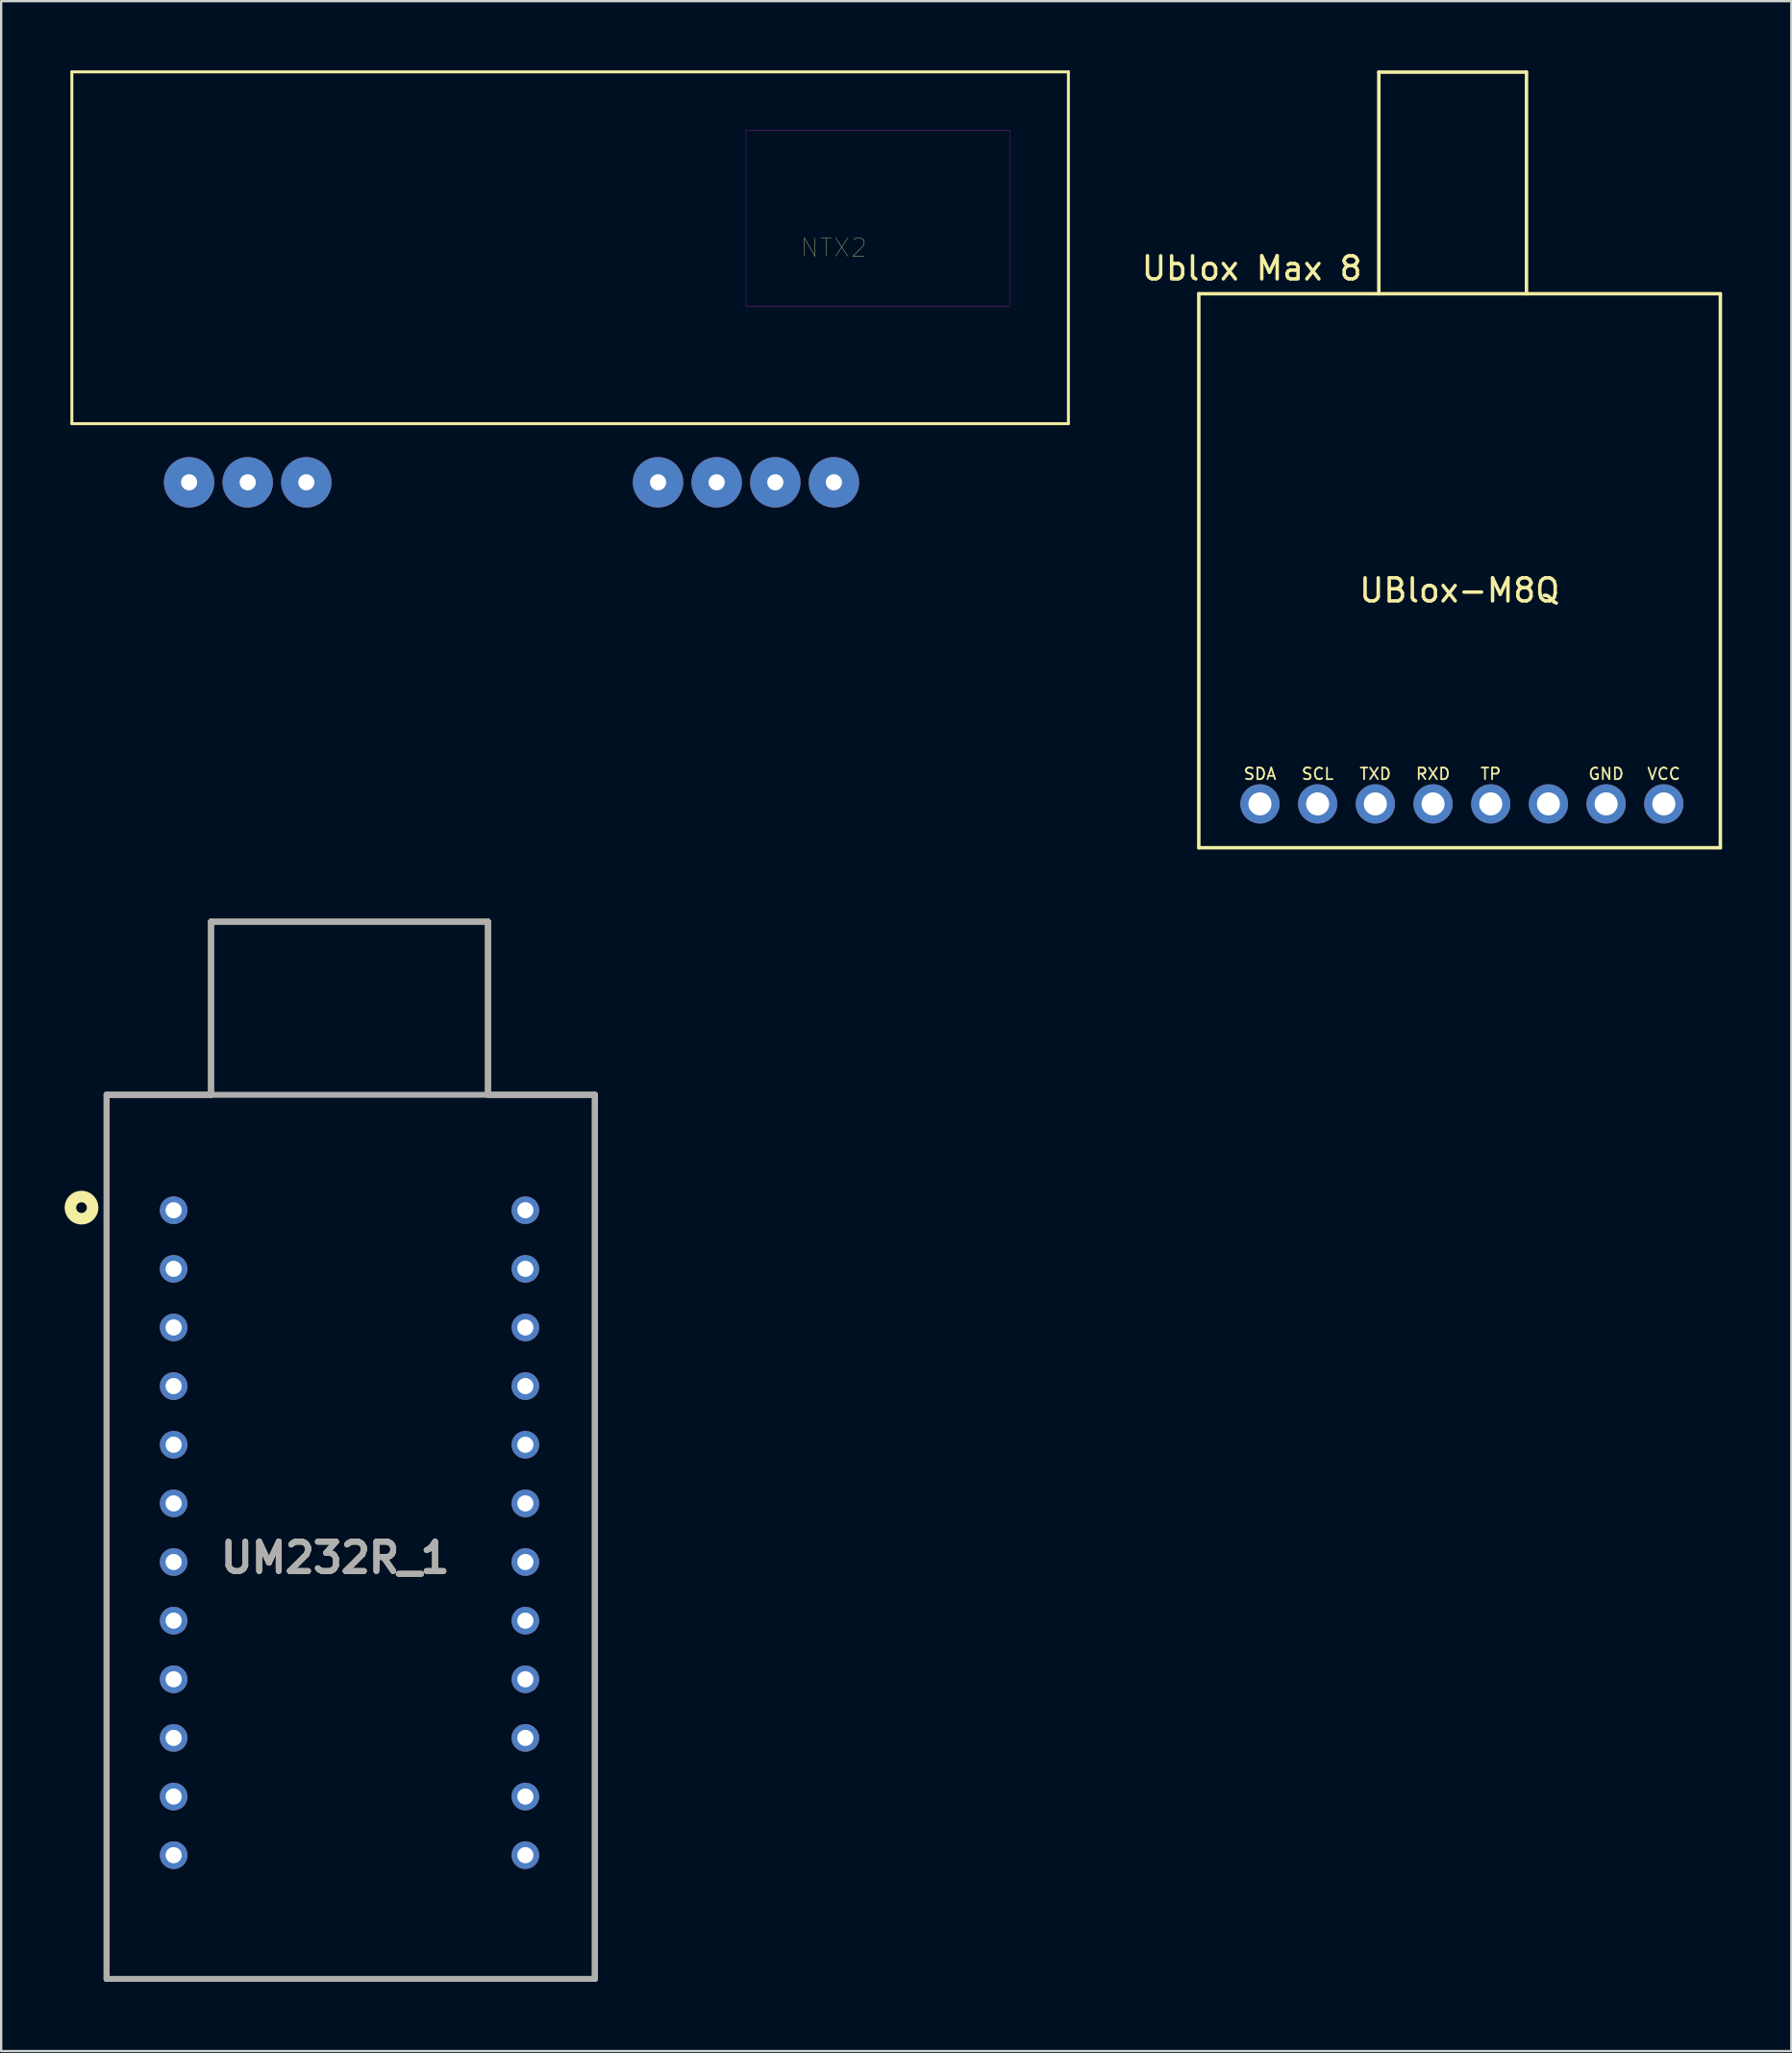
<source format=kicad_pcb>
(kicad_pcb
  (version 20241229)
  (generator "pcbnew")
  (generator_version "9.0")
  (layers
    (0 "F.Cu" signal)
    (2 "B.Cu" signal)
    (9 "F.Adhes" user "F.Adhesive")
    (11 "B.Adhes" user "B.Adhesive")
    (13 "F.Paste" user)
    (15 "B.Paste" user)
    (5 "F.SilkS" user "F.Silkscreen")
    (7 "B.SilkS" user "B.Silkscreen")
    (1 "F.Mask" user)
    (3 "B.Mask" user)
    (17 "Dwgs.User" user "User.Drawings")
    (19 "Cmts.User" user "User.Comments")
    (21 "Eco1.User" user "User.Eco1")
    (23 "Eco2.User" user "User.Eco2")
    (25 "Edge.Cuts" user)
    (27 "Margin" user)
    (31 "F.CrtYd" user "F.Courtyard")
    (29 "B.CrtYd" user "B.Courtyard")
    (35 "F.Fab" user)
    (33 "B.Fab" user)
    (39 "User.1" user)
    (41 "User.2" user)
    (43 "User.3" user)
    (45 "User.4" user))
  (footprint "NTX2"
    (layer "F.Cu")
    (at 33.084 7.684)
    (property "Reference" "NTX2" (at 0 0 0) (layer "F.SilkS") (effects (font (size 0.787 0.787) (thickness 0.015))))
    (attr through_hole)
    (fp_line (start -33.02 7.62) (end -33.02 -7.62) (stroke (width 0.127) (type solid)) (layer "F.SilkS"))
    (fp_line (start -33.02 7.62) (end 10.16 7.62) (stroke (width 0.127) (type solid)) (layer "F.SilkS"))
    (fp_line (start 10.16 -7.62) (end -33.02 -7.62) (stroke (width 0.127) (type solid)) (layer "F.SilkS"))
    (fp_line (start 10.16 -7.62) (end 10.16 7.62) (stroke (width 0.127) (type solid)) (layer "F.SilkS"))
    (fp_poly (pts (xy -3.81 -5.08) (xy 7.62 -5.08) (xy 7.62 2.54) (xy -3.81 2.54)) (stroke (width 0.01) (type solid)) (fill no) (layer "F.CrtYd"))
    (pad "1" thru_hole circle (at -27.94 10.16) (size 2.184 2.184) (drill 0.7) (layers "*.Cu" "*.Mask"))
    (pad "2" thru_hole circle (at -25.4 10.16) (size 2.184 2.184) (drill 0.7) (layers "*.Cu" "*.Mask"))
    (pad "3" thru_hole circle (at -22.86 10.16) (size 2.184 2.184) (drill 0.7) (layers "*.Cu" "*.Mask"))
    (pad "4" thru_hole circle (at -7.62 10.16) (size 2.184 2.184) (drill 0.7) (layers "*.Cu" "*.Mask"))
    (pad "5" thru_hole circle (at -5.08 10.16) (size 2.184 2.184) (drill 0.7) (layers "*.Cu" "*.Mask"))
    (pad "6" thru_hole circle (at -2.54 10.16) (size 2.184 2.184) (drill 0.7) (layers "*.Cu" "*.Mask"))
    (pad "7" thru_hole circle (at 0 10.16) (size 2.184 2.184) (drill 0.7) (layers "*.Cu" "*.Mask")))
  (footprint "UM232R_1"
    (layer "F.Cu")
    (at 12.094 44.377)
    (property "Reference" "UM232R_1" (at -0.617 20.055 0) (layer "F.SilkS") (effects (font (size 1.27 1.27) (thickness 0.254))))
    (attr through_hole)
    (fp_line (start -10.525 0) (end -6 0) (stroke (width 0.254) (type solid)) (layer "F.SilkS"))
    (fp_line (start -10.525 38.3) (end -10.525 0) (stroke (width 0.254) (type solid)) (layer "F.SilkS"))
    (fp_line (start -6 -7.5) (end 6 -7.5) (stroke (width 0.254) (type solid)) (layer "F.SilkS"))
    (fp_line (start -6 0) (end -6 -7.5) (stroke (width 0.254) (type solid)) (layer "F.SilkS"))
    (fp_line (start 6 -7.5) (end 6 0) (stroke (width 0.254) (type solid)) (layer "F.SilkS"))
    (fp_line (start 6 0) (end 10.632 0) (stroke (width 0.254) (type solid)) (layer "F.SilkS"))
    (fp_line (start 10.632 0) (end 10.632 38.3) (stroke (width 0.254) (type solid)) (layer "F.SilkS"))
    (fp_line (start 10.632 38.3) (end -10.525 38.3) (stroke (width 0.254) (type solid)) (layer "F.SilkS"))
    (fp_circle (center -11.612 4.888) (end -11.612 5.12) (stroke (width 0.5) (type solid)) (fill no) (layer "F.SilkS"))
    (fp_line (start -10.525 0) (end -10.525 38.3) (stroke (width 0.254) (type solid)) (layer "F.Fab"))
    (fp_line (start -10.525 38.3) (end 10.632 38.3) (stroke (width 0.254) (type solid)) (layer "F.Fab"))
    (fp_line (start -6 -7.5) (end 6 -7.5) (stroke (width 0.254) (type solid)) (layer "F.Fab"))
    (fp_line (start -6 0) (end -6 -7.5) (stroke (width 0.254) (type solid)) (layer "F.Fab"))
    (fp_line (start 6 -7.5) (end 6 0) (stroke (width 0.254) (type solid)) (layer "F.Fab"))
    (fp_line (start 10.632 0) (end -10.525 0) (stroke (width 0.254) (type solid)) (layer "F.Fab"))
    (fp_line (start 10.632 38.3) (end 10.632 0) (stroke (width 0.254) (type solid)) (layer "F.Fab"))
    (fp_text user "${REFERENCE}" (at -0.617 20.055 0) (layer "F.Fab") (effects (font (size 1.27 1.27) (thickness 0.254))))
    (pad "1" thru_hole circle (at -7.62 5) (size 1.2 1.2) (drill 0.7) (layers "*.Cu" "*.Mask"))
    (pad "2" thru_hole circle (at -7.62 7.54) (size 1.2 1.2) (drill 0.7) (layers "*.Cu" "*.Mask"))
    (pad "3" thru_hole circle (at -7.62 10.08) (size 1.2 1.2) (drill 0.7) (layers "*.Cu" "*.Mask"))
    (pad "4" thru_hole circle (at -7.62 12.62) (size 1.2 1.2) (drill 0.7) (layers "*.Cu" "*.Mask"))
    (pad "5" thru_hole circle (at -7.62 15.16) (size 1.2 1.2) (drill 0.7) (layers "*.Cu" "*.Mask"))
    (pad "6" thru_hole circle (at -7.62 17.7) (size 1.2 1.2) (drill 0.7) (layers "*.Cu" "*.Mask"))
    (pad "7" thru_hole circle (at -7.62 20.24) (size 1.2 1.2) (drill 0.7) (layers "*.Cu" "*.Mask"))
    (pad "8" thru_hole circle (at -7.62 22.78) (size 1.2 1.2) (drill 0.7) (layers "*.Cu" "*.Mask"))
    (pad "9" thru_hole circle (at -7.62 25.32) (size 1.2 1.2) (drill 0.7) (layers "*.Cu" "*.Mask"))
    (pad "10" thru_hole circle (at -7.62 27.86) (size 1.2 1.2) (drill 0.7) (layers "*.Cu" "*.Mask"))
    (pad "11" thru_hole circle (at -7.62 30.4) (size 1.2 1.2) (drill 0.7) (layers "*.Cu" "*.Mask"))
    (pad "12" thru_hole circle (at -7.62 32.94) (size 1.2 1.2) (drill 0.7) (layers "*.Cu" "*.Mask"))
    (pad "13" thru_hole circle (at 7.62 32.94) (size 1.2 1.2) (drill 0.7) (layers "*.Cu" "*.Mask"))
    (pad "14" thru_hole circle (at 7.62 30.4) (size 1.2 1.2) (drill 0.7) (layers "*.Cu" "*.Mask"))
    (pad "15" thru_hole circle (at 7.62 27.86) (size 1.2 1.2) (drill 0.7) (layers "*.Cu" "*.Mask"))
    (pad "16" thru_hole circle (at 7.62 25.32) (size 1.2 1.2) (drill 0.7) (layers "*.Cu" "*.Mask"))
    (pad "17" thru_hole circle (at 7.62 22.78) (size 1.2 1.2) (drill 0.7) (layers "*.Cu" "*.Mask"))
    (pad "18" thru_hole circle (at 7.62 20.24) (size 1.2 1.2) (drill 0.7) (layers "*.Cu" "*.Mask"))
    (pad "19" thru_hole circle (at 7.62 17.7) (size 1.2 1.2) (drill 0.7) (layers "*.Cu" "*.Mask"))
    (pad "20" thru_hole circle (at 7.62 15.16) (size 1.2 1.2) (drill 0.7) (layers "*.Cu" "*.Mask"))
    (pad "21" thru_hole circle (at 7.62 12.62) (size 1.2 1.2) (drill 0.7) (layers "*.Cu" "*.Mask"))
    (pad "22" thru_hole circle (at 7.62 10.08) (size 1.2 1.2) (drill 0.7) (layers "*.Cu" "*.Mask"))
    (pad "23" thru_hole circle (at 7.62 7.54) (size 1.2 1.2) (drill 0.7) (layers "*.Cu" "*.Mask"))
    (pad "24" thru_hole circle (at 7.62 5) (size 1.2 1.2) (drill 0.7) (layers "*.Cu" "*.Mask")))
  (footprint "Ublox Max 8"
    (layer "F.Cu")
    (at 60.094 22.375)
    (property "Reference" "Ublox Max 8" (at -8.9 -13.8 0) (layer "F.SilkS") (effects (font (size 1 1) (thickness 0.15))))
    (attr through_hole)
    (fp_line (start -11.2 -12.7) (end 11.4 -12.7) (stroke (width 0.15) (type solid)) (layer "F.SilkS"))
    (fp_line (start -11.2 11.3) (end -11.2 -12.7) (stroke (width 0.15) (type solid)) (layer "F.SilkS"))
    (fp_line (start -3.4 -22.3) (end 3 -22.3) (stroke (width 0.15) (type solid)) (layer "F.SilkS"))
    (fp_line (start -3.4 -12.7) (end -3.4 -22.3) (stroke (width 0.15) (type solid)) (layer "F.SilkS"))
    (fp_line (start 3 -22.3) (end 3 -12.7) (stroke (width 0.15) (type solid)) (layer "F.SilkS"))
    (fp_line (start 11.4 -12.7) (end 11.4 11.3) (stroke (width 0.15) (type solid)) (layer "F.SilkS"))
    (fp_line (start 11.4 11.3) (end -11.2 11.3) (stroke (width 0.15) (type solid)) (layer "F.SilkS"))
    (fp_text user "VCC" (at 8.95 8.1 0) (layer "F.SilkS") (effects (font (size 0.5 0.5) (thickness 0.075))))
    (fp_text user "RXD" (at -1.05 8.1 0) (layer "F.SilkS") (effects (font (size 0.5 0.5) (thickness 0.075))))
    (fp_text user "SCL" (at -6.05 8.1 0) (layer "F.SilkS") (effects (font (size 0.5 0.5) (thickness 0.075))))
    (fp_text user "GND" (at 6.45 8.1 0) (layer "F.SilkS") (effects (font (size 0.5 0.5) (thickness 0.075))))
    (fp_text user "UBlox-M8Q" (at 0.1 0.15 0) (layer "F.SilkS") (effects (font (size 1 1) (thickness 0.15))))
    (fp_text user "TXD" (at -3.55 8.1 0) (layer "F.SilkS") (effects (font (size 0.5 0.5) (thickness 0.075))))
    (fp_text user "SDA" (at -8.55 8.1 0) (layer "F.SilkS") (effects (font (size 0.5 0.5) (thickness 0.075))))
    (fp_text user "TP" (at 1.45 8.1 0) (layer "F.SilkS") (effects (font (size 0.5 0.5) (thickness 0.075))))
    (pad "1" thru_hole oval (at -8.55 9.4) (size 1.7 1.7) (drill oval 1) (layers "*.Cu" "*.Mask"))
    (pad "2" thru_hole oval (at -6.05 9.4) (size 1.7 1.7) (drill oval 1) (layers "*.Cu" "*.Mask"))
    (pad "3" thru_hole oval (at -3.55 9.4) (size 1.7 1.7) (drill oval 1) (layers "*.Cu" "*.Mask"))
    (pad "4" thru_hole oval (at -1.05 9.4) (size 1.7 1.7) (drill oval 1) (layers "*.Cu" "*.Mask"))
    (pad "5" thru_hole oval (at 1.45 9.4) (size 1.7 1.7) (drill oval 1) (layers "*.Cu" "*.Mask"))
    (pad "6" thru_hole oval (at 3.95 9.4) (size 1.7 1.7) (drill oval 1) (layers "*.Cu" "*.Mask"))
    (pad "7" thru_hole oval (at 6.45 9.4) (size 1.7 1.7) (drill oval 1) (layers "*.Cu" "*.Mask"))
    (pad "8" thru_hole oval (at 8.95 9.4) (size 1.7 1.7) (drill oval 1) (layers "*.Cu" "*.Mask")))
  (gr_rect
    (start -3 -3)
    (end 74.569 85.804)
    (stroke (width 0.1) (type default))
    (fill no)
    (layer "Edge.Cuts")))
</source>
